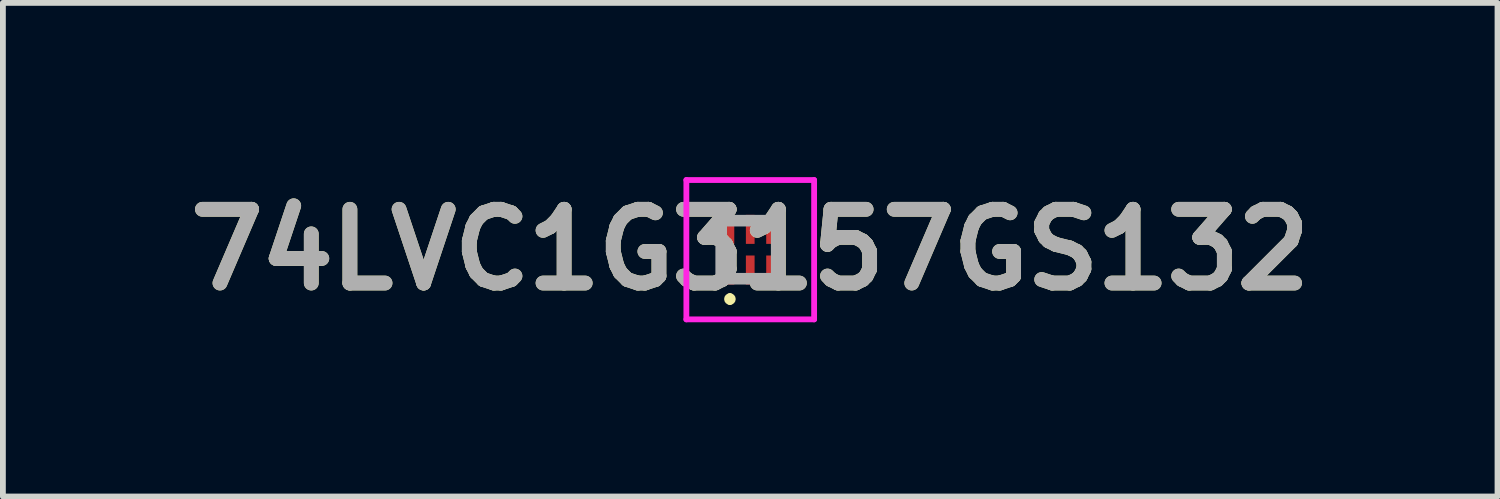
<source format=kicad_pcb>
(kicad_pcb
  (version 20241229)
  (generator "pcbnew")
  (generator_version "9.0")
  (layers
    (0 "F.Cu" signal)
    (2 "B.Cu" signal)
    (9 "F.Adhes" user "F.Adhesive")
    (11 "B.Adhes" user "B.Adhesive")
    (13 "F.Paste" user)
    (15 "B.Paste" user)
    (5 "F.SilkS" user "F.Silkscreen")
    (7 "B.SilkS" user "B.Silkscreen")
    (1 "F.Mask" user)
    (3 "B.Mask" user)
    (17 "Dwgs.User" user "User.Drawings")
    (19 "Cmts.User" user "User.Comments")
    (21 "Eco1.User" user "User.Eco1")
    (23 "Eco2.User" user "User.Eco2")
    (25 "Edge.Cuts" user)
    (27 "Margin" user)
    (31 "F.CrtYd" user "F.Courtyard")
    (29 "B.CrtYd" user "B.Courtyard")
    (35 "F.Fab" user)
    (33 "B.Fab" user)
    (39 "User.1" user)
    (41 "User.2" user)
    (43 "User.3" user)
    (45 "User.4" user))
  (footprint "74LVC1G3157GS132"
    (layer "F.Cu")
    (at 9.87 1.25)
    (property "Reference" "74LVC1G3157GS132" (at 0 0 0) (layer "F.SilkS") (effects (font (size 1.27 1.27) (thickness 0.254))))
    (attr smd)
    (fp_line (start -0.35 0.8) (end -0.35 0.8) (stroke (width 0.1) (type solid)) (layer "F.SilkS"))
    (fp_line (start -0.35 0.9) (end -0.35 0.9) (stroke (width 0.1) (type solid)) (layer "F.SilkS"))
    (fp_arc (start -0.35 0.8) (mid -0.3 0.85) (end -0.35 0.9) (stroke (width 0.1) (type solid)) (layer "F.SilkS"))
    (fp_arc (start -0.35 0.9) (mid -0.4 0.85) (end -0.35 0.8) (stroke (width 0.1) (type solid)) (layer "F.SilkS"))
    (fp_line (start -1.1 -1.2) (end 1.1 -1.2) (stroke (width 0.1) (type solid)) (layer "F.CrtYd"))
    (fp_line (start -1.1 1.2) (end -1.1 -1.2) (stroke (width 0.1) (type solid)) (layer "F.CrtYd"))
    (fp_line (start 1.1 -1.2) (end 1.1 1.2) (stroke (width 0.1) (type solid)) (layer "F.CrtYd"))
    (fp_line (start 1.1 1.2) (end -1.1 1.2) (stroke (width 0.1) (type solid)) (layer "F.CrtYd"))
    (fp_line (start -0.5 -0.5) (end 0.5 -0.5) (stroke (width 0.2) (type solid)) (layer "F.Fab"))
    (fp_line (start -0.5 0.5) (end -0.5 -0.5) (stroke (width 0.2) (type solid)) (layer "F.Fab"))
    (fp_line (start 0.5 -0.5) (end 0.5 0.5) (stroke (width 0.2) (type solid)) (layer "F.Fab"))
    (fp_line (start 0.5 0.5) (end -0.5 0.5) (stroke (width 0.2) (type solid)) (layer "F.Fab"))
    (fp_text user "${REFERENCE}" (at 0 0 0) (layer "F.Fab") (effects (font (size 1.27 1.27) (thickness 0.254))))
    (pad "1" smd rect (at -0.35 0.35) (size 0.15 0.5) (layers "F.Cu" "F.Mask" "F.Paste"))
    (pad "2" smd rect (at 0 0.35) (size 0.15 0.5) (layers "F.Cu" "F.Mask" "F.Paste"))
    (pad "3" smd rect (at 0.35 0.35) (size 0.15 0.5) (layers "F.Cu" "F.Mask" "F.Paste"))
    (pad "4" smd rect (at 0.35 -0.35) (size 0.15 0.5) (layers "F.Cu" "F.Mask" "F.Paste"))
    (pad "5" smd rect (at 0 -0.35) (size 0.15 0.5) (layers "F.Cu" "F.Mask" "F.Paste"))
    (pad "6" smd rect (at -0.35 -0.35) (size 0.15 0.5) (layers "F.Cu" "F.Mask" "F.Paste")))
  (gr_rect
    (start -3 -3)
    (end 22.739 5.5)
    (stroke (width 0.1) (type default))
    (fill no)
    (layer "Edge.Cuts")))
</source>
